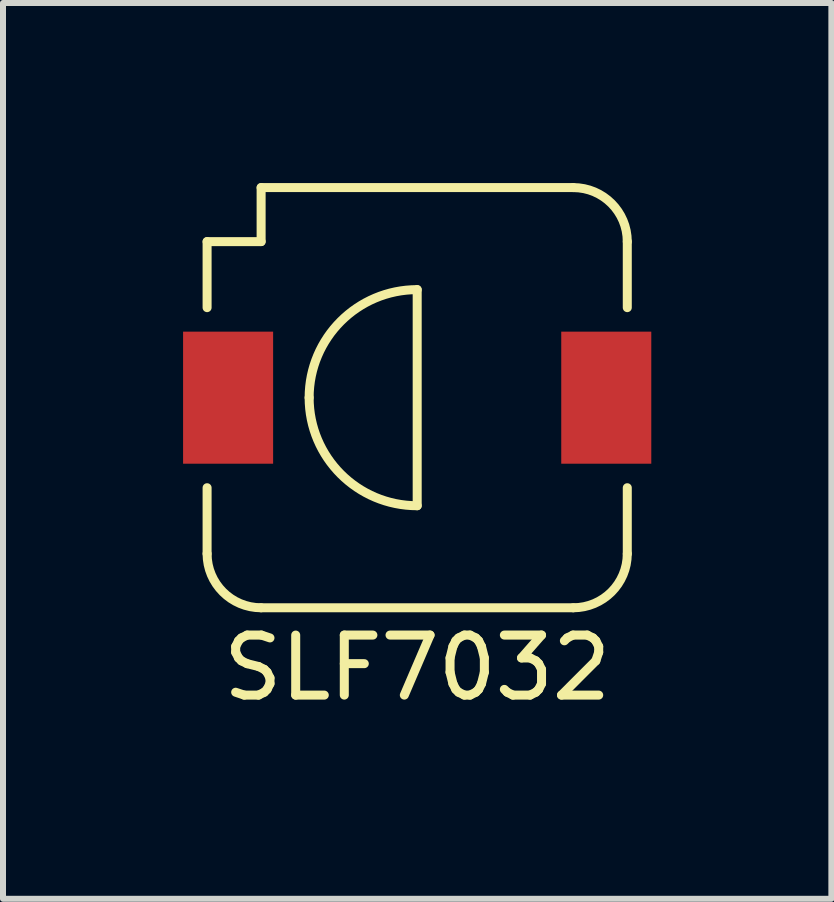
<source format=kicad_pcb>
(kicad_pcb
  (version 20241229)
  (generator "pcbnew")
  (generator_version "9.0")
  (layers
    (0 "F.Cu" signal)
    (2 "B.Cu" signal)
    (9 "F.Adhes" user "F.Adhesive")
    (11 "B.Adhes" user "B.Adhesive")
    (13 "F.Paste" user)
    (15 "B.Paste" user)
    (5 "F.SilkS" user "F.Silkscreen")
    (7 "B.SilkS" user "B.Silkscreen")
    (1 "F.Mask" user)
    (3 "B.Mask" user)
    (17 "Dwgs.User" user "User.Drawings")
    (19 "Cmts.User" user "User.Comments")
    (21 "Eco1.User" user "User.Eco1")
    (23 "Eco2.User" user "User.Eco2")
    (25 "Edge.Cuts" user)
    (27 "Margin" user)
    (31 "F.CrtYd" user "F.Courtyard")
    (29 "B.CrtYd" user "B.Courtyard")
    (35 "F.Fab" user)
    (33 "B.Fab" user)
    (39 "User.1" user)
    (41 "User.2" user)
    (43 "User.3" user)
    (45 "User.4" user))
  (footprint "SLF7032"
    (layer "F.Cu")
    (at 3.9 3.575)
    (property "Reference" "SLF7032" (at 0 4.5 0) (layer "F.SilkS") (effects (font (size 1 1) (thickness 0.15))))
    (attr through_hole)
    (fp_line (start -3.5 -2.6) (end -3.5 -1.5) (stroke (width 0.15) (type solid)) (layer "F.SilkS"))
    (fp_line (start -3.5 -2.6) (end -2.6 -2.6) (stroke (width 0.15) (type solid)) (layer "F.SilkS"))
    (fp_line (start -3.5 1.5) (end -3.5 2.6) (stroke (width 0.15) (type solid)) (layer "F.SilkS"))
    (fp_line (start -2.6 -3.5) (end 2.6 -3.5) (stroke (width 0.15) (type solid)) (layer "F.SilkS"))
    (fp_line (start -2.6 -2.6) (end -2.6 -3.5) (stroke (width 0.15) (type solid)) (layer "F.SilkS"))
    (fp_line (start -2.6 3.5) (end 2.6 3.5) (stroke (width 0.15) (type solid)) (layer "F.SilkS"))
    (fp_line (start 0 1.8) (end 0 -1.8) (stroke (width 0.15) (type solid)) (layer "F.SilkS"))
    (fp_line (start 3.5 -2.6) (end 3.5 -1.5) (stroke (width 0.15) (type solid)) (layer "F.SilkS"))
    (fp_line (start 3.5 1.5) (end 3.5 2.6) (stroke (width 0.15) (type solid)) (layer "F.SilkS"))
    (fp_arc (start -2.6 3.5) (mid -3.236396 3.236396) (end -3.5 2.6) (stroke (width 0.15) (type solid)) (layer "F.SilkS"))
    (fp_arc (start -1.8 0) (mid -1.272792 -1.272792) (end 0 -1.8) (stroke (width 0.15) (type solid)) (layer "F.SilkS"))
    (fp_arc (start 0 1.8) (mid -1.272792 1.272792) (end -1.8 0) (stroke (width 0.15) (type solid)) (layer "F.SilkS"))
    (fp_arc (start 2.6 -3.5) (mid 3.236396 -3.236396) (end 3.5 -2.6) (stroke (width 0.15) (type solid)) (layer "F.SilkS"))
    (fp_arc (start 3.5 2.6) (mid 3.236396 3.236396) (end 2.6 3.5) (stroke (width 0.15) (type solid)) (layer "F.SilkS"))
    (pad "1" smd rect (at -3.15 0) (size 1.5 2.2) (layers "F.Cu" "F.Mask" "F.Paste"))
    (pad "2" smd rect (at 3.15 0) (size 1.5 2.2) (layers "F.Cu" "F.Mask" "F.Paste")))
  (gr_rect
    (start -3 -3)
    (end 10.8 11.923)
    (stroke (width 0.1) (type default))
    (fill no)
    (layer "Edge.Cuts")))
</source>
